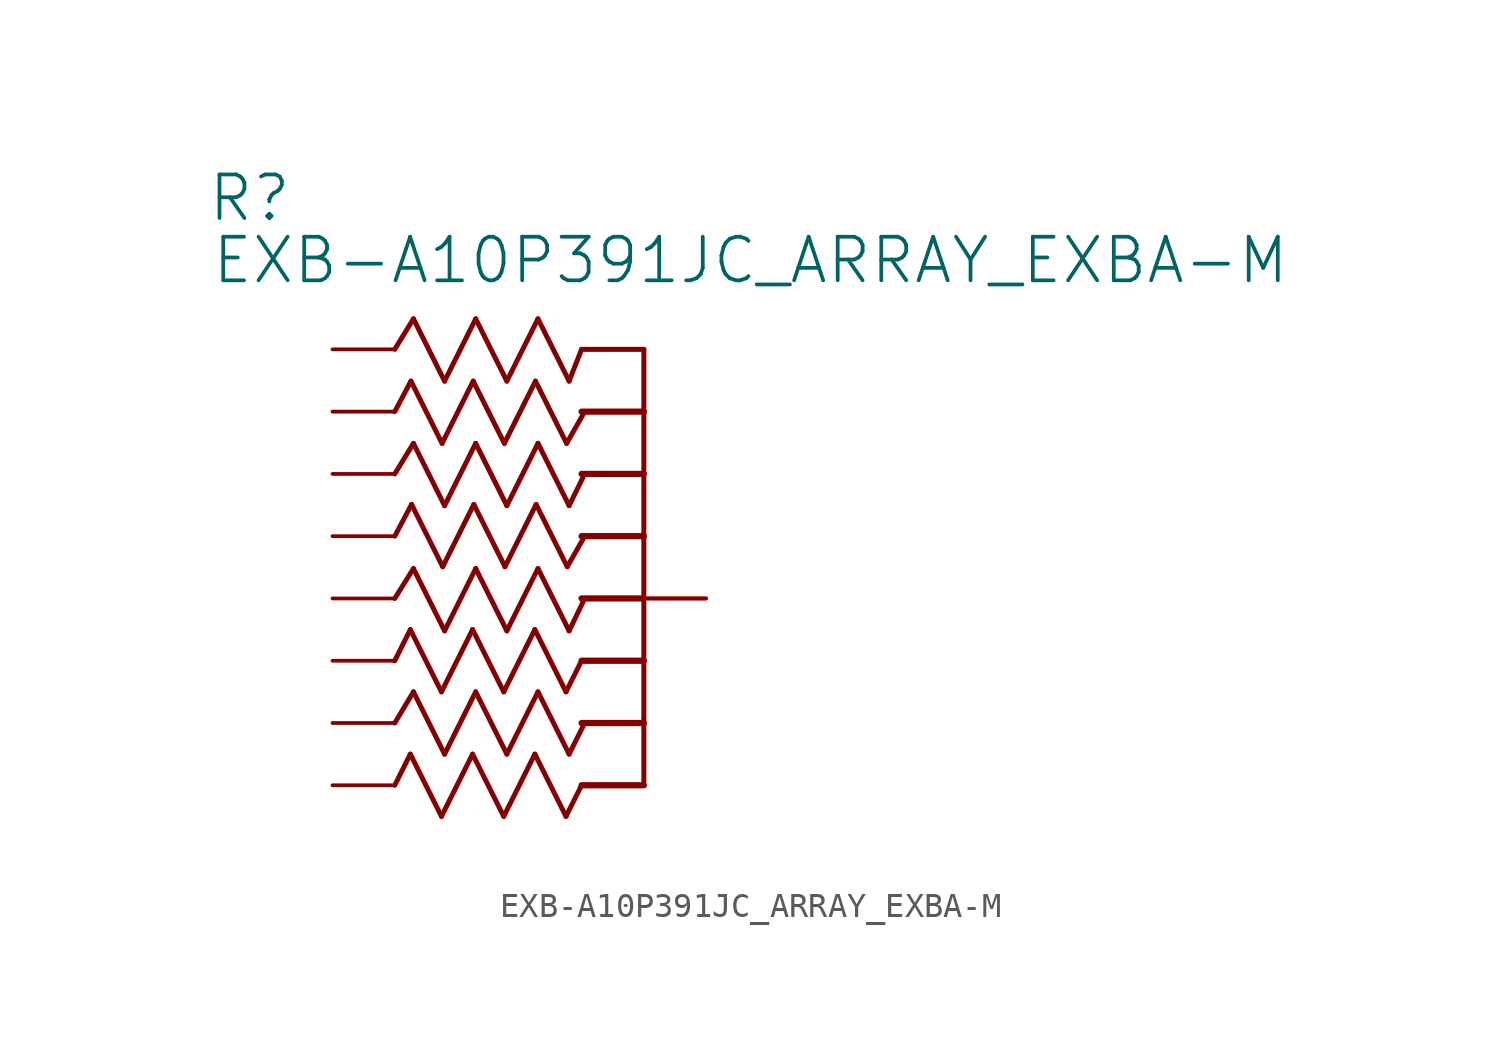
<source format=kicad_sym>
(kicad_symbol_lib
  (version 20211014)
  (generator kicad_symbol_editor)
  (symbol "EXB-A10P391JC_ARRAY_EXBA-M"
    (property "Reference" "R"
      (at -17.831 5.131 0)
      (effects (font (size 1.778 1.778)) (justify left bottom)))
    (property "Value" "EXB-A10P391JC_ARRAY_EXBA-M"
      (at -17.678 2.591 0)
      (effects (font (size 1.778 1.778)) (justify left bottom)))
    (property "ki_locked" ""
      (at 0 0 0)
      (effects (font (size 1.27 1.27))))
    (symbol "EXB-A10P391JC_ARRAY_EXBA-M_1_0"
      (polyline (pts (xy -10.16 -15.24) (xy -9.398 -13.97)) (stroke (width 0.203) (type default) (color 0 0 0 0)) (fill (type none)))
      (polyline (pts (xy -10.16 -10.16) (xy -9.398 -8.941)) (stroke (width 0.203) (type default) (color 0 0 0 0)) (fill (type none)))
      (polyline (pts (xy -10.16 -5.08) (xy -9.398 -3.835)) (stroke (width 0.203) (type default) (color 0 0 0 0)) (fill (type none)))
      (polyline (pts (xy -10.16 0) (xy -9.398 1.245)) (stroke (width 0.203) (type default) (color 0 0 0 0)) (fill (type none)))
      (polyline (pts (xy -9.525 -16.51) (xy -10.16 -17.78)) (stroke (width 0.203) (type default) (color 0 0 0 0)) (fill (type none)))
      (polyline (pts (xy -9.525 -11.43) (xy -10.16 -12.7)) (stroke (width 0.203) (type default) (color 0 0 0 0)) (fill (type none)))
      (polyline (pts (xy -9.5 -1.295) (xy -10.16 -2.54)) (stroke (width 0.203) (type default) (color 0 0 0 0)) (fill (type none)))
      (polyline (pts (xy -9.474 -6.325) (xy -10.16 -7.62)) (stroke (width 0.203) (type default) (color 0 0 0 0)) (fill (type none)))
      (polyline (pts (xy -9.398 -13.97) (xy -8.128 -16.51)) (stroke (width 0.203) (type default) (color 0 0 0 0)) (fill (type none)))
      (polyline (pts (xy -9.398 -8.941) (xy -8.128 -11.481)) (stroke (width 0.203) (type default) (color 0 0 0 0)) (fill (type none)))
      (polyline (pts (xy -9.398 -3.835) (xy -8.128 -6.375)) (stroke (width 0.203) (type default) (color 0 0 0 0)) (fill (type none)))
      (polyline (pts (xy -9.398 1.245) (xy -8.128 -1.295)) (stroke (width 0.203) (type default) (color 0 0 0 0)) (fill (type none)))
      (polyline (pts (xy -8.255 -19.05) (xy -9.525 -16.51)) (stroke (width 0.203) (type default) (color 0 0 0 0)) (fill (type none)))
      (polyline (pts (xy -8.255 -13.97) (xy -9.525 -11.43)) (stroke (width 0.203) (type default) (color 0 0 0 0)) (fill (type none)))
      (polyline (pts (xy -8.23 -3.835) (xy -9.5 -1.295)) (stroke (width 0.203) (type default) (color 0 0 0 0)) (fill (type none)))
      (polyline (pts (xy -8.204 -8.865) (xy -9.474 -6.325)) (stroke (width 0.203) (type default) (color 0 0 0 0)) (fill (type none)))
      (polyline (pts (xy -8.128 -16.51) (xy -6.858 -13.97)) (stroke (width 0.203) (type default) (color 0 0 0 0)) (fill (type none)))
      (polyline (pts (xy -8.128 -11.481) (xy -6.858 -8.941)) (stroke (width 0.203) (type default) (color 0 0 0 0)) (fill (type none)))
      (polyline (pts (xy -8.128 -6.375) (xy -6.858 -3.835)) (stroke (width 0.203) (type default) (color 0 0 0 0)) (fill (type none)))
      (polyline (pts (xy -8.128 -1.295) (xy -6.858 1.245)) (stroke (width 0.203) (type default) (color 0 0 0 0)) (fill (type none)))
      (polyline (pts (xy -6.985 -16.51) (xy -8.255 -19.05)) (stroke (width 0.203) (type default) (color 0 0 0 0)) (fill (type none)))
      (polyline (pts (xy -6.985 -11.43) (xy -8.255 -13.97)) (stroke (width 0.203) (type default) (color 0 0 0 0)) (fill (type none)))
      (polyline (pts (xy -6.96 -1.295) (xy -8.23 -3.835)) (stroke (width 0.203) (type default) (color 0 0 0 0)) (fill (type none)))
      (polyline (pts (xy -6.934 -6.325) (xy -8.204 -8.865)) (stroke (width 0.203) (type default) (color 0 0 0 0)) (fill (type none)))
      (polyline (pts (xy -6.858 -13.97) (xy -5.588 -16.51)) (stroke (width 0.203) (type default) (color 0 0 0 0)) (fill (type none)))
      (polyline (pts (xy -6.858 -8.941) (xy -5.588 -11.481)) (stroke (width 0.203) (type default) (color 0 0 0 0)) (fill (type none)))
      (polyline (pts (xy -6.858 -3.835) (xy -5.588 -6.375)) (stroke (width 0.203) (type default) (color 0 0 0 0)) (fill (type none)))
      (polyline (pts (xy -6.858 1.245) (xy -5.588 -1.295)) (stroke (width 0.203) (type default) (color 0 0 0 0)) (fill (type none)))
      (polyline (pts (xy -5.715 -19.05) (xy -6.985 -16.51)) (stroke (width 0.203) (type default) (color 0 0 0 0)) (fill (type none)))
      (polyline (pts (xy -5.715 -13.97) (xy -6.985 -11.43)) (stroke (width 0.203) (type default) (color 0 0 0 0)) (fill (type none)))
      (polyline (pts (xy -5.69 -3.835) (xy -6.96 -1.295)) (stroke (width 0.203) (type default) (color 0 0 0 0)) (fill (type none)))
      (polyline (pts (xy -5.664 -8.865) (xy -6.934 -6.325)) (stroke (width 0.203) (type default) (color 0 0 0 0)) (fill (type none)))
      (polyline (pts (xy -5.588 -16.51) (xy -4.318 -13.97)) (stroke (width 0.203) (type default) (color 0 0 0 0)) (fill (type none)))
      (polyline (pts (xy -5.588 -11.481) (xy -4.318 -8.941)) (stroke (width 0.203) (type default) (color 0 0 0 0)) (fill (type none)))
      (polyline (pts (xy -5.588 -6.375) (xy -4.318 -3.835)) (stroke (width 0.203) (type default) (color 0 0 0 0)) (fill (type none)))
      (polyline (pts (xy -5.588 -1.295) (xy -4.318 1.245)) (stroke (width 0.203) (type default) (color 0 0 0 0)) (fill (type none)))
      (polyline (pts (xy -4.445 -16.51) (xy -5.715 -19.05)) (stroke (width 0.203) (type default) (color 0 0 0 0)) (fill (type none)))
      (polyline (pts (xy -4.445 -11.43) (xy -5.715 -13.97)) (stroke (width 0.203) (type default) (color 0 0 0 0)) (fill (type none)))
      (polyline (pts (xy -4.42 -1.295) (xy -5.69 -3.835)) (stroke (width 0.203) (type default) (color 0 0 0 0)) (fill (type none)))
      (polyline (pts (xy -4.394 -6.325) (xy -5.664 -8.865)) (stroke (width 0.203) (type default) (color 0 0 0 0)) (fill (type none)))
      (polyline (pts (xy -4.318 -13.97) (xy -3.048 -16.51)) (stroke (width 0.203) (type default) (color 0 0 0 0)) (fill (type none)))
      (polyline (pts (xy -4.318 -8.941) (xy -3.048 -11.481)) (stroke (width 0.203) (type default) (color 0 0 0 0)) (fill (type none)))
      (polyline (pts (xy -4.318 -3.835) (xy -3.048 -6.375)) (stroke (width 0.203) (type default) (color 0 0 0 0)) (fill (type none)))
      (polyline (pts (xy -4.318 1.245) (xy -3.048 -1.295)) (stroke (width 0.203) (type default) (color 0 0 0 0)) (fill (type none)))
      (polyline (pts (xy -3.175 -19.05) (xy -4.445 -16.51)) (stroke (width 0.203) (type default) (color 0 0 0 0)) (fill (type none)))
      (polyline (pts (xy -3.175 -13.97) (xy -4.445 -11.43)) (stroke (width 0.203) (type default) (color 0 0 0 0)) (fill (type none)))
      (polyline (pts (xy -3.15 -3.835) (xy -4.42 -1.295)) (stroke (width 0.203) (type default) (color 0 0 0 0)) (fill (type none)))
      (polyline (pts (xy -3.124 -8.865) (xy -4.394 -6.325)) (stroke (width 0.203) (type default) (color 0 0 0 0)) (fill (type none)))
      (polyline (pts (xy -3.048 -16.51) (xy -2.413 -15.24)) (stroke (width 0.203) (type default) (color 0 0 0 0)) (fill (type none)))
      (polyline (pts (xy -3.048 -11.481) (xy -2.413 -10.16)) (stroke (width 0.203) (type default) (color 0 0 0 0)) (fill (type none)))
      (polyline (pts (xy -3.048 -6.375) (xy -2.413 -5.08)) (stroke (width 0.203) (type default) (color 0 0 0 0)) (fill (type none)))
      (polyline (pts (xy -3.048 -1.295) (xy -2.54 0)) (stroke (width 0.203) (type default) (color 0 0 0 0)) (fill (type none)))
      (polyline (pts (xy -2.54 -17.78) (xy -3.175 -19.05)) (stroke (width 0.203) (type default) (color 0 0 0 0)) (fill (type none)))
      (polyline (pts (xy -2.54 -17.78) (xy 0 -17.78)) (stroke (width 0.254) (type default) (color 0 0 0 0)) (fill (type none)))
      (polyline (pts (xy -2.54 -15.24) (xy 0 -15.24)) (stroke (width 0.254) (type default) (color 0 0 0 0)) (fill (type none)))
      (polyline (pts (xy -2.54 -12.7) (xy -3.175 -13.97)) (stroke (width 0.203) (type default) (color 0 0 0 0)) (fill (type none)))
      (polyline (pts (xy -2.54 -12.7) (xy 0 -12.7)) (stroke (width 0.254) (type default) (color 0 0 0 0)) (fill (type none)))
      (polyline (pts (xy -2.54 -10.16) (xy 0 -10.16)) (stroke (width 0.254) (type default) (color 0 0 0 0)) (fill (type none)))
      (polyline (pts (xy -2.54 -7.62) (xy 0 -7.62)) (stroke (width 0.254) (type default) (color 0 0 0 0)) (fill (type none)))
      (polyline (pts (xy -2.54 -5.08) (xy 0 -5.08)) (stroke (width 0.254) (type default) (color 0 0 0 0)) (fill (type none)))
      (polyline (pts (xy -2.54 -2.54) (xy 0 -2.54)) (stroke (width 0.254) (type default) (color 0 0 0 0)) (fill (type none)))
      (polyline (pts (xy -2.54 0) (xy 0 0)) (stroke (width 0.203) (type default) (color 0 0 0 0)) (fill (type none)))
      (polyline (pts (xy -2.413 -7.62) (xy -3.124 -8.865)) (stroke (width 0.203) (type default) (color 0 0 0 0)) (fill (type none)))
      (polyline (pts (xy -2.413 -2.54) (xy -3.15 -3.835)) (stroke (width 0.203) (type default) (color 0 0 0 0)) (fill (type none)))
      (polyline (pts (xy 0 -15.24) (xy 0 -17.78)) (stroke (width 0.203) (type default) (color 0 0 0 0)) (fill (type none)))
      (polyline (pts (xy 0 -12.7) (xy 0 -15.24)) (stroke (width 0.203) (type default) (color 0 0 0 0)) (fill (type none)))
      (polyline (pts (xy 0 -10.16) (xy 0 -12.7)) (stroke (width 0.203) (type default) (color 0 0 0 0)) (fill (type none)))
      (polyline (pts (xy 0 -7.62) (xy 0 -10.16)) (stroke (width 0.203) (type default) (color 0 0 0 0)) (fill (type none)))
      (polyline (pts (xy 0 -5.08) (xy 0 -7.62)) (stroke (width 0.203) (type default) (color 0 0 0 0)) (fill (type none)))
      (polyline (pts (xy 0 -2.54) (xy 0 -5.08)) (stroke (width 0.203) (type default) (color 0 0 0 0)) (fill (type none)))
      (polyline (pts (xy 0 0) (xy 0 -2.54)) (stroke (width 0.203) (type default) (color 0 0 0 0)) (fill (type none)))
      (pin passive line (at -12.7 0 0) (length 2.54) (name "11" (effects (font (size 0 0)))) (number "1" (effects (font (size 0 0)))))
      (pin passive line (at 2.54 -10.16 180) (length 2.54) (name "55" (effects (font (size 0 0)))) (number "10" (effects (font (size 0 0)))))
      (pin passive line (at -12.7 -5.08 0) (length 2.54) (name "22" (effects (font (size 0 0)))) (number "2" (effects (font (size 0 0)))))
      (pin passive line (at -12.7 -10.16 0) (length 2.54) (name "33" (effects (font (size 0 0)))) (number "3" (effects (font (size 0 0)))))
      (pin passive line (at -12.7 -15.24 0) (length 2.54) (name "44" (effects (font (size 0 0)))) (number "4" (effects (font (size 0 0)))))
      (pin passive line (at 2.54 -10.16 180) (length 2.54) (name "55" (effects (font (size 0 0)))) (number "5" (effects (font (size 0 0)))))
      (pin passive line (at -12.7 -17.78 0) (length 2.54) (name "66" (effects (font (size 0 0)))) (number "6" (effects (font (size 0 0)))))
      (pin passive line (at -12.7 -12.7 0) (length 2.54) (name "77" (effects (font (size 0 0)))) (number "7" (effects (font (size 0 0)))))
      (pin passive line (at -12.7 -7.62 0) (length 2.54) (name "88" (effects (font (size 0 0)))) (number "8" (effects (font (size 0 0)))))
      (pin passive line (at -12.7 -2.54 0) (length 2.54) (name "99" (effects (font (size 0 0)))) (number "9" (effects (font (size 0 0))))))))
</source>
